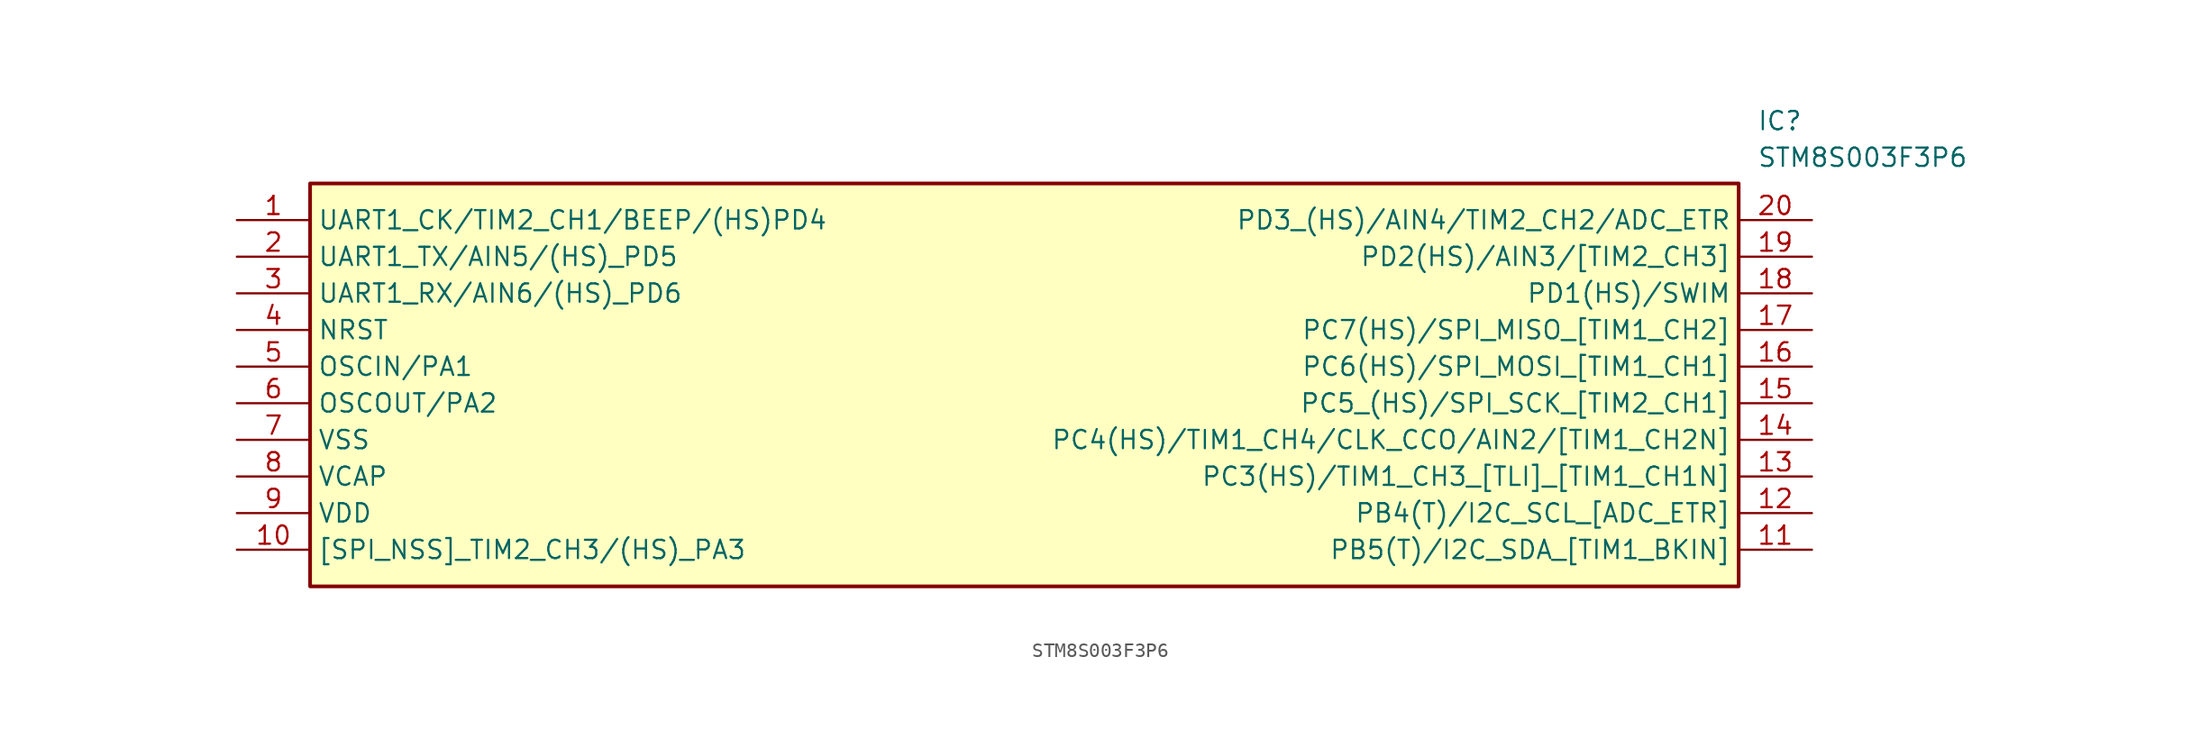
<source format=kicad_sym>
(kicad_symbol_lib
  (version 20211014)
  (generator SamacSys_ECAD_Model)
  (symbol "STM8S003F3P6"
    (property "Reference" "IC"
      (at 105.41 7.62 0)
      (effects (font (size 1.27 1.27)) (justify left top)))
    (property "Value" "STM8S003F3P6"
      (at 105.41 5.08 0)
      (effects (font (size 1.27 1.27)) (justify left top)))
    (rectangle
      (start 5.08 2.54)
      (end 104.14 -25.4)
      (stroke (width 0.254) (type default))
      (fill (type background)))
    (pin passive line
      (at 0 0 0)
      (length 5.08)
      (name "UART1_CK/TIM2_CH1/BEEP/(HS)PD4" (effects (font (size 1.27 1.27))))
      (number "1" (effects (font (size 1.27 1.27)))))
    (pin passive line
      (at 0 -2.54 0)
      (length 5.08)
      (name "UART1_TX/AIN5/(HS)_PD5" (effects (font (size 1.27 1.27))))
      (number "2" (effects (font (size 1.27 1.27)))))
    (pin passive line
      (at 0 -5.08 0)
      (length 5.08)
      (name "UART1_RX/AIN6/(HS)_PD6" (effects (font (size 1.27 1.27))))
      (number "3" (effects (font (size 1.27 1.27)))))
    (pin passive line
      (at 0 -7.62 0)
      (length 5.08)
      (name "NRST" (effects (font (size 1.27 1.27))))
      (number "4" (effects (font (size 1.27 1.27)))))
    (pin passive line
      (at 0 -10.16 0)
      (length 5.08)
      (name "OSCIN/PA1" (effects (font (size 1.27 1.27))))
      (number "5" (effects (font (size 1.27 1.27)))))
    (pin passive line
      (at 0 -12.7 0)
      (length 5.08)
      (name "OSCOUT/PA2" (effects (font (size 1.27 1.27))))
      (number "6" (effects (font (size 1.27 1.27)))))
    (pin passive line
      (at 0 -15.24 0)
      (length 5.08)
      (name "VSS" (effects (font (size 1.27 1.27))))
      (number "7" (effects (font (size 1.27 1.27)))))
    (pin passive line
      (at 0 -17.78 0)
      (length 5.08)
      (name "VCAP" (effects (font (size 1.27 1.27))))
      (number "8" (effects (font (size 1.27 1.27)))))
    (pin passive line
      (at 0 -20.32 0)
      (length 5.08)
      (name "VDD" (effects (font (size 1.27 1.27))))
      (number "9" (effects (font (size 1.27 1.27)))))
    (pin passive line
      (at 0 -22.86 0)
      (length 5.08)
      (name "[SPI_NSS]_TIM2_CH3/(HS)_PA3" (effects (font (size 1.27 1.27))))
      (number "10" (effects (font (size 1.27 1.27)))))
    (pin passive line
      (at 109.22 0 180)
      (length 5.08)
      (name "PD3_(HS)/AIN4/TIM2_CH2/ADC_ETR" (effects (font (size 1.27 1.27))))
      (number "20" (effects (font (size 1.27 1.27)))))
    (pin passive line
      (at 109.22 -2.54 180)
      (length 5.08)
      (name "PD2(HS)/AIN3/[TIM2_CH3]" (effects (font (size 1.27 1.27))))
      (number "19" (effects (font (size 1.27 1.27)))))
    (pin passive line
      (at 109.22 -5.08 180)
      (length 5.08)
      (name "PD1(HS)/SWIM" (effects (font (size 1.27 1.27))))
      (number "18" (effects (font (size 1.27 1.27)))))
    (pin passive line
      (at 109.22 -7.62 180)
      (length 5.08)
      (name "PC7(HS)/SPI_MISO_[TIM1_CH2]" (effects (font (size 1.27 1.27))))
      (number "17" (effects (font (size 1.27 1.27)))))
    (pin passive line
      (at 109.22 -10.16 180)
      (length 5.08)
      (name "PC6(HS)/SPI_MOSI_[TIM1_CH1]" (effects (font (size 1.27 1.27))))
      (number "16" (effects (font (size 1.27 1.27)))))
    (pin passive line
      (at 109.22 -12.7 180)
      (length 5.08)
      (name "PC5_(HS)/SPI_SCK_[TIM2_CH1]" (effects (font (size 1.27 1.27))))
      (number "15" (effects (font (size 1.27 1.27)))))
    (pin passive line
      (at 109.22 -15.24 180)
      (length 5.08)
      (name "PC4(HS)/TIM1_CH4/CLK_CCO/AIN2/[TIM1_CH2N]" (effects (font (size 1.27 1.27))))
      (number "14" (effects (font (size 1.27 1.27)))))
    (pin passive line
      (at 109.22 -17.78 180)
      (length 5.08)
      (name "PC3(HS)/TIM1_CH3_[TLI]_[TIM1_CH1N]" (effects (font (size 1.27 1.27))))
      (number "13" (effects (font (size 1.27 1.27)))))
    (pin passive line
      (at 109.22 -20.32 180)
      (length 5.08)
      (name "PB4(T)/I2C_SCL_[ADC_ETR]" (effects (font (size 1.27 1.27))))
      (number "12" (effects (font (size 1.27 1.27)))))
    (pin passive line
      (at 109.22 -22.86 180)
      (length 5.08)
      (name "PB5(T)/I2C_SDA_[TIM1_BKIN]" (effects (font (size 1.27 1.27))))
      (number "11" (effects (font (size 1.27 1.27)))))))
</source>
